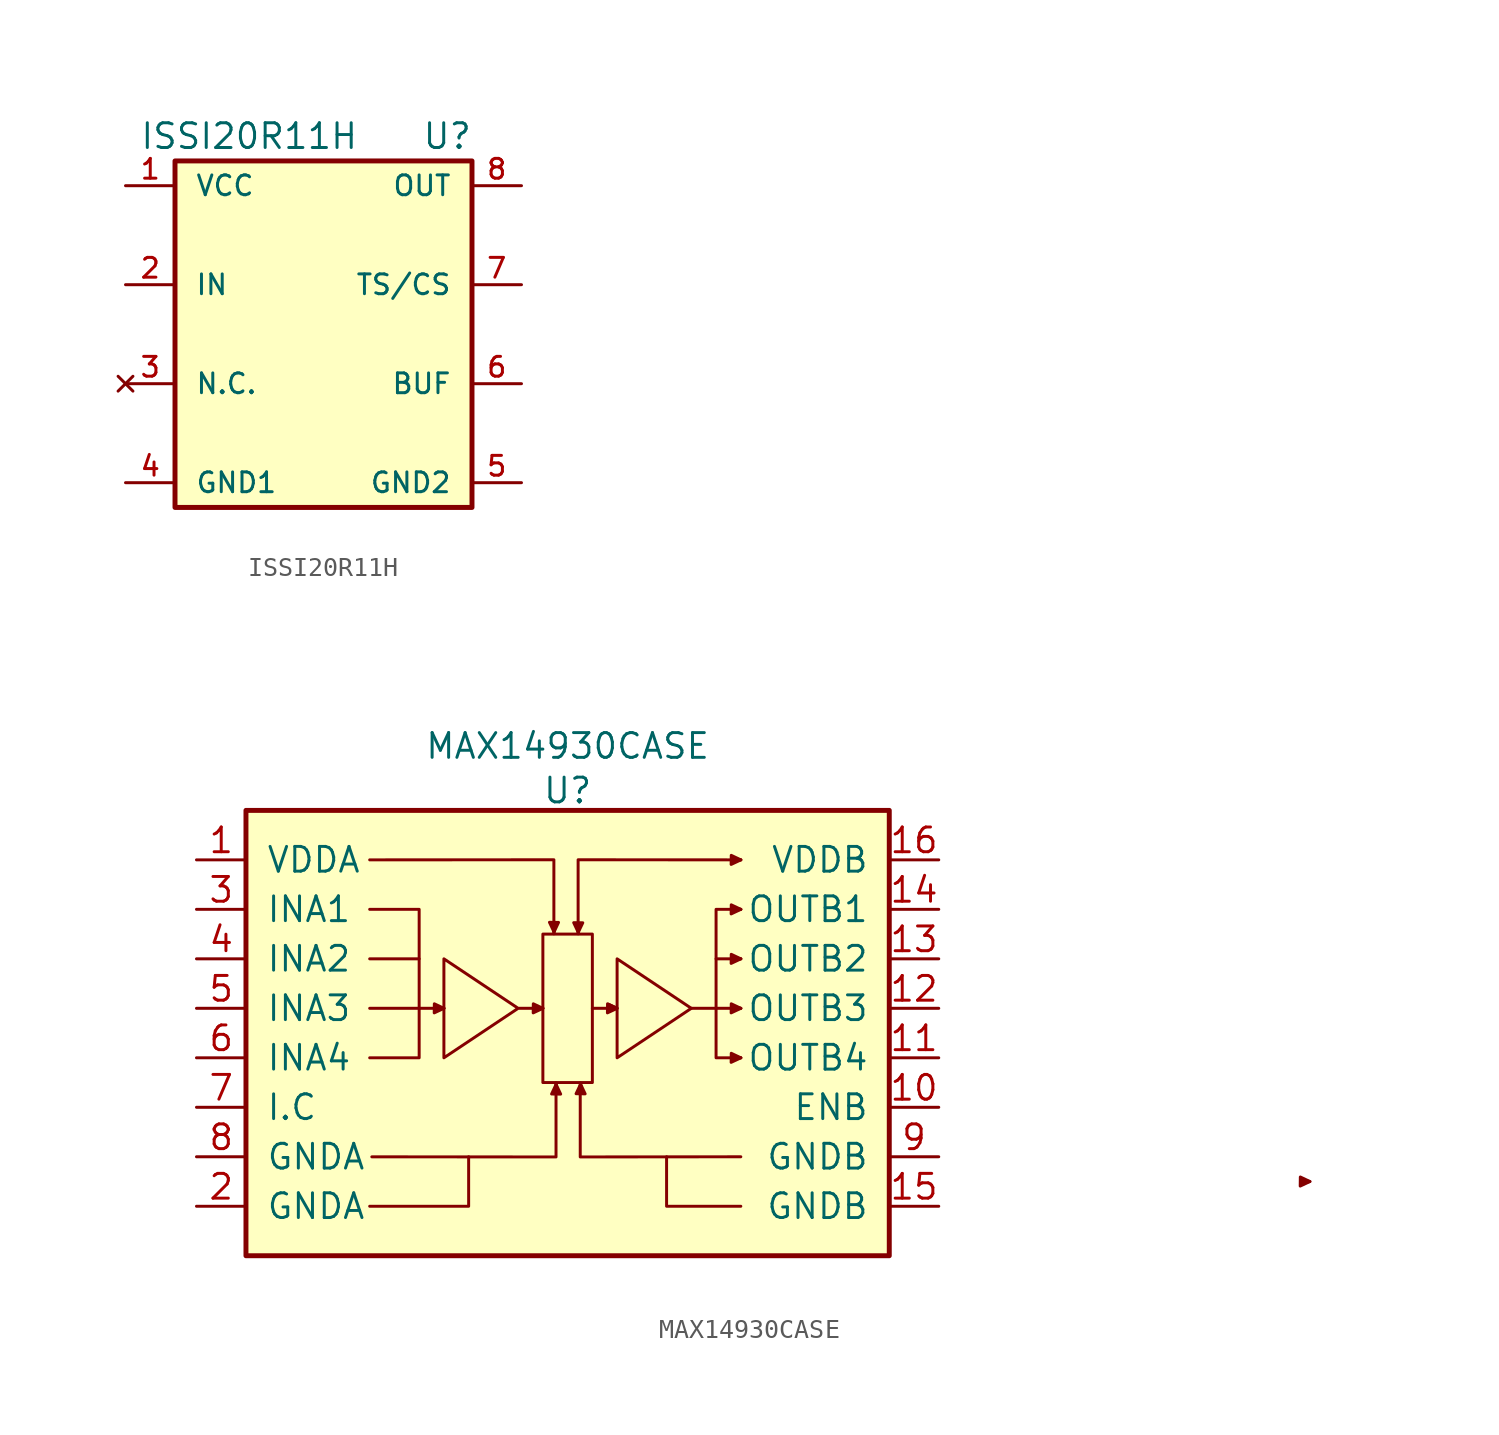
<source format=kicad_sym>
(kicad_symbol_lib
  (version 20231120)
  (generator "kicad_symbol_editor")
  (generator_version "8.0")
  (symbol "ISSI20R11H"
    (pin_names
      (offset 1.016))
    (property "Reference" "U"
      (at 6.35 10.16 0)
      (effects (font (size 1.27 1.27))))
    (property "Value" "ISSI20R11H"
      (at -3.81 10.16 0)
      (effects (font (size 1.27 1.27))))
    (symbol "ISSI20R11H_0_0"
      (rectangle (start -7.62 8.89) (end 7.62 -8.89) (stroke (width 0.254) (type default)) (fill (type background))))
    (symbol "ISSI20R11H_1_0"
      (pin power_in line (at -10.16 7.62 0) (length 2.54) (name "VCC" (effects (font (size 1.016 1.016)))) (number "1" (effects (font (size 1.016 1.016)))))
      (pin input line (at -10.16 2.54 0) (length 2.54) (name "IN" (effects (font (size 1.016 1.016)))) (number "2" (effects (font (size 1.016 1.016)))))
      (pin no_connect line (at -10.16 -2.54 0) (length 2.54) (name "N.C." (effects (font (size 1.016 1.016)))) (number "3" (effects (font (size 1.016 1.016)))))
      (pin power_in line (at -10.16 -7.62 0) (length 2.54) (name "GND1" (effects (font (size 1.016 1.016)))) (number "4" (effects (font (size 1.016 1.016)))))
      (pin power_out line (at 10.16 -7.62 180) (length 2.54) (name "GND2" (effects (font (size 1.016 1.016)))) (number "5" (effects (font (size 1.016 1.016)))))
      (pin bidirectional line (at 10.16 -2.54 180) (length 2.54) (name "BUF" (effects (font (size 1.016 1.016)))) (number "6" (effects (font (size 1.016 1.016)))))
      (pin output line (at 10.16 2.54 180) (length 2.54) (name "TS/CS" (effects (font (size 1.016 1.016)))) (number "7" (effects (font (size 1.016 1.016)))))
      (pin output line (at 10.16 7.62 180) (length 2.54) (name "OUT" (effects (font (size 1.016 1.016)))) (number "8" (effects (font (size 1.016 1.016)))))))
  (symbol "MAX14930CASE"
    (pin_names
      (offset 1.016))
    (property "Reference" "U"
      (at 0 12.446 0)
      (effects (font (size 1.27 1.27))))
    (property "Value" "MAX14930CASE"
      (at 0 14.732 0)
      (effects (font (size 1.27 1.27))))
    (symbol "MAX14930CASE_0_0"
      (rectangle (start -16.51 11.43) (end 16.51 -11.43) (stroke (width 0.254) (type default)) (fill (type background))))
    (symbol "MAX14930CASE_0_1"
      (rectangle (start -1.27 5.08) (end 1.27 -2.54) (stroke (width 0) (type default)) (fill (type none)))
      (polyline (pts (xy -10.16 1.27) (xy -7.62 1.27)) (stroke (width 0) (type default)) (fill (type none)))
      (polyline (pts (xy 6.35 1.27) (xy 8.89 1.27)) (stroke (width 0) (type default)) (fill (type none)))
      (polyline (pts (xy -7.62 1.27) (xy -7.62 3.81) (xy -10.16 3.81)) (stroke (width 0) (type default)) (fill (type none)))
      (polyline (pts (xy -7.62 3.81) (xy -7.62 6.35) (xy -10.16 6.35)) (stroke (width 0) (type default)) (fill (type none)))
      (polyline (pts (xy -5.08 -6.35) (xy -5.08 -8.89) (xy -10.16 -8.89)) (stroke (width 0) (type default)) (fill (type none)))
      (polyline (pts (xy -0.705 5.094) (xy -0.705 8.895) (xy -10.16 8.89)) (stroke (width 0) (type default)) (fill (type none)))
      (polyline (pts (xy -0.595 -2.557) (xy -0.595 -6.359) (xy -10.05 -6.353)) (stroke (width 0) (type default)) (fill (type none)))
      (polyline (pts (xy 0.539 5.094) (xy 0.539 8.895) (xy 8.89 8.89)) (stroke (width 0) (type default)) (fill (type none)))
      (polyline (pts (xy 0.648 -2.557) (xy 0.648 -6.359) (xy 8.89 -6.35)) (stroke (width 0) (type default)) (fill (type none)))
      (polyline (pts (xy 5.08 -6.35) (xy 5.08 -8.89) (xy 8.89 -8.89)) (stroke (width 0) (type default)) (fill (type none)))
      (polyline (pts (xy 7.62 1.27) (xy 7.62 -1.27) (xy 8.89 -1.27)) (stroke (width 0) (type default)) (fill (type none)))
      (polyline (pts (xy 7.62 1.27) (xy 7.62 3.81) (xy 8.89 3.81)) (stroke (width 0) (type default)) (fill (type none)))
      (polyline (pts (xy 7.62 3.81) (xy 7.62 6.35) (xy 8.89 6.35)) (stroke (width 0) (type default)) (fill (type none)))
      (polyline (pts (xy -6.35 1.27) (xy -7.62 1.27) (xy -7.62 -1.27) (xy -10.16 -1.27)) (stroke (width 0) (type default)) (fill (type none)))
      (polyline (pts (xy -6.35 1.27) (xy -6.841 1.502) (xy -6.847 1.036) (xy -6.346 1.27)) (stroke (width 0) (type default)) (fill (type none)))
      (polyline (pts (xy -6.35 1.27) (xy -6.755 1.354) (xy -6.76 1.181) (xy -6.35 1.27)) (stroke (width 0) (type default)) (fill (type none)))
      (polyline (pts (xy -1.27 1.27) (xy -1.761 1.502) (xy -1.767 1.036) (xy -1.266 1.27)) (stroke (width 0) (type default)) (fill (type none)))
      (polyline (pts (xy -1.27 1.27) (xy -1.675 1.354) (xy -1.68 1.181) (xy -1.27 1.27)) (stroke (width 0) (type default)) (fill (type none)))
      (polyline (pts (xy -0.697 5.188) (xy -0.613 5.593) (xy -0.786 5.598) (xy -0.697 5.188)) (stroke (width 0) (type default)) (fill (type none)))
      (polyline (pts (xy -0.697 5.188) (xy -0.466 5.679) (xy -0.932 5.685) (xy -0.697 5.185)) (stroke (width 0) (type default)) (fill (type none)))
      (polyline (pts (xy -0.592 -2.637) (xy -0.823 -3.128) (xy -0.357 -3.134) (xy -0.592 -2.634)) (stroke (width 0) (type default)) (fill (type none)))
      (polyline (pts (xy -0.592 -2.637) (xy -0.675 -3.042) (xy -0.502 -3.047) (xy -0.592 -2.637)) (stroke (width 0) (type default)) (fill (type none)))
      (polyline (pts (xy 0.546 5.169) (xy 0.63 5.574) (xy 0.457 5.58) (xy 0.546 5.169)) (stroke (width 0) (type default)) (fill (type none)))
      (polyline (pts (xy 0.546 5.169) (xy 0.778 5.66) (xy 0.312 5.666) (xy 0.546 5.166)) (stroke (width 0) (type default)) (fill (type none)))
      (polyline (pts (xy 0.666 -2.623) (xy 0.434 -3.114) (xy 0.9 -3.12) (xy 0.666 -2.619)) (stroke (width 0) (type default)) (fill (type none)))
      (polyline (pts (xy 0.666 -2.623) (xy 0.582 -3.028) (xy 0.755 -3.033) (xy 0.666 -2.623)) (stroke (width 0) (type default)) (fill (type none)))
      (polyline (pts (xy 2.54 1.27) (xy 2.049 1.502) (xy 2.043 1.036) (xy 2.543 1.27)) (stroke (width 0) (type default)) (fill (type none)))
      (polyline (pts (xy 2.54 1.27) (xy 2.135 1.354) (xy 2.13 1.181) (xy 2.54 1.27)) (stroke (width 0) (type default)) (fill (type none)))
      (polyline (pts (xy 8.89 -1.27) (xy 8.399 -1.038) (xy 8.393 -1.504) (xy 8.893 -1.27)) (stroke (width 0) (type default)) (fill (type none)))
      (polyline (pts (xy 8.89 -1.27) (xy 8.485 -1.186) (xy 8.48 -1.359) (xy 8.89 -1.27)) (stroke (width 0) (type default)) (fill (type none)))
      (polyline (pts (xy 8.89 1.27) (xy 8.399 1.502) (xy 8.393 1.036) (xy 8.893 1.27)) (stroke (width 0) (type default)) (fill (type none)))
      (polyline (pts (xy 8.89 1.27) (xy 8.485 1.354) (xy 8.48 1.181) (xy 8.89 1.27)) (stroke (width 0) (type default)) (fill (type none)))
      (polyline (pts (xy 8.89 3.81) (xy 8.399 4.042) (xy 8.393 3.575) (xy 8.893 3.81)) (stroke (width 0) (type default)) (fill (type none)))
      (polyline (pts (xy 8.89 3.81) (xy 8.485 3.894) (xy 8.48 3.721) (xy 8.89 3.81)) (stroke (width 0) (type default)) (fill (type none)))
      (polyline (pts (xy 8.89 6.35) (xy 8.399 6.582) (xy 8.393 6.115) (xy 8.893 6.35)) (stroke (width 0) (type default)) (fill (type none)))
      (polyline (pts (xy 8.89 6.35) (xy 8.485 6.434) (xy 8.48 6.261) (xy 8.89 6.35)) (stroke (width 0) (type default)) (fill (type none)))
      (polyline (pts (xy 8.89 8.89) (xy 8.399 9.122) (xy 8.393 8.655) (xy 8.893 8.89)) (stroke (width 0) (type default)) (fill (type none)))
      (polyline (pts (xy 8.89 8.89) (xy 8.485 8.974) (xy 8.48 8.801) (xy 8.89 8.89)) (stroke (width 0) (type default)) (fill (type none)))
      (polyline (pts (xy 38.1 -7.62) (xy 37.609 -7.388) (xy 37.603 -7.854) (xy 38.103 -7.62)) (stroke (width 0) (type default)) (fill (type none)))
      (polyline (pts (xy 38.1 -7.62) (xy 37.695 -7.536) (xy 37.69 -7.709) (xy 38.1 -7.62)) (stroke (width 0) (type default)) (fill (type none)))
      (polyline (pts (xy -2.54 1.27) (xy -6.35 3.81) (xy -6.35 -1.27) (xy -2.54 1.27) (xy -1.27 1.27)) (stroke (width 0) (type default)) (fill (type none)))
      (polyline (pts (xy 1.27 1.27) (xy 2.54 1.27) (xy 2.54 3.81) (xy 6.35 1.27) (xy 2.54 -1.27) (xy 2.54 1.27) (xy 2.1 1.477) (xy 2.099 1.101) (xy 2.468 1.272) (xy 2.198 1.341)) (stroke (width 0) (type default)) (fill (type none))))
    (symbol "MAX14930CASE_1_1"
      (pin power_in line (at -19.05 8.89 0) (length 2.54) (name "VDDA" (effects (font (size 1.27 1.27)))) (number "1" (effects (font (size 1.27 1.27)))))
      (pin output line (at 19.05 -3.81 180) (length 2.54) (name "ENB" (effects (font (size 1.27 1.27)))) (number "10" (effects (font (size 1.27 1.27)))))
      (pin output line (at 19.05 -1.27 180) (length 2.54) (name "OUTB4" (effects (font (size 1.27 1.27)))) (number "11" (effects (font (size 1.27 1.27)))))
      (pin output line (at 19.05 1.27 180) (length 2.54) (name "OUTB3" (effects (font (size 1.27 1.27)))) (number "12" (effects (font (size 1.27 1.27)))))
      (pin output line (at 19.05 3.81 180) (length 2.54) (name "OUTB2" (effects (font (size 1.27 1.27)))) (number "13" (effects (font (size 1.27 1.27)))))
      (pin output line (at 19.05 6.35 180) (length 2.54) (name "OUTB1" (effects (font (size 1.27 1.27)))) (number "14" (effects (font (size 1.27 1.27)))))
      (pin power_in line (at 19.05 -8.89 180) (length 2.54) (name "GNDB" (effects (font (size 1.27 1.27)))) (number "15" (effects (font (size 1.27 1.27)))))
      (pin power_in line (at 19.05 8.89 180) (length 2.54) (name "VDDB" (effects (font (size 1.27 1.27)))) (number "16" (effects (font (size 1.27 1.27)))))
      (pin power_in line (at -19.05 -8.89 0) (length 2.54) (name "GNDA" (effects (font (size 1.27 1.27)))) (number "2" (effects (font (size 1.27 1.27)))))
      (pin input line (at -19.05 6.35 0) (length 2.54) (name "INA1" (effects (font (size 1.27 1.27)))) (number "3" (effects (font (size 1.27 1.27)))))
      (pin input line (at -19.05 3.81 0) (length 2.54) (name "INA2" (effects (font (size 1.27 1.27)))) (number "4" (effects (font (size 1.27 1.27)))))
      (pin input line (at -19.05 1.27 0) (length 2.54) (name "INA3" (effects (font (size 1.27 1.27)))) (number "5" (effects (font (size 1.27 1.27)))))
      (pin input line (at -19.05 -1.27 0) (length 2.54) (name "INA4" (effects (font (size 1.27 1.27)))) (number "6" (effects (font (size 1.27 1.27)))))
      (pin input line (at -19.05 -3.81 0) (length 2.54) (name "I.C" (effects (font (size 1.27 1.27)))) (number "7" (effects (font (size 1.27 1.27)))))
      (pin power_in line (at -19.05 -6.35 0) (length 2.54) (name "GNDA" (effects (font (size 1.27 1.27)))) (number "8" (effects (font (size 1.27 1.27)))))
      (pin power_in line (at 19.05 -6.35 180) (length 2.54) (name "GNDB" (effects (font (size 1.27 1.27)))) (number "9" (effects (font (size 1.27 1.27))))))))
</source>
